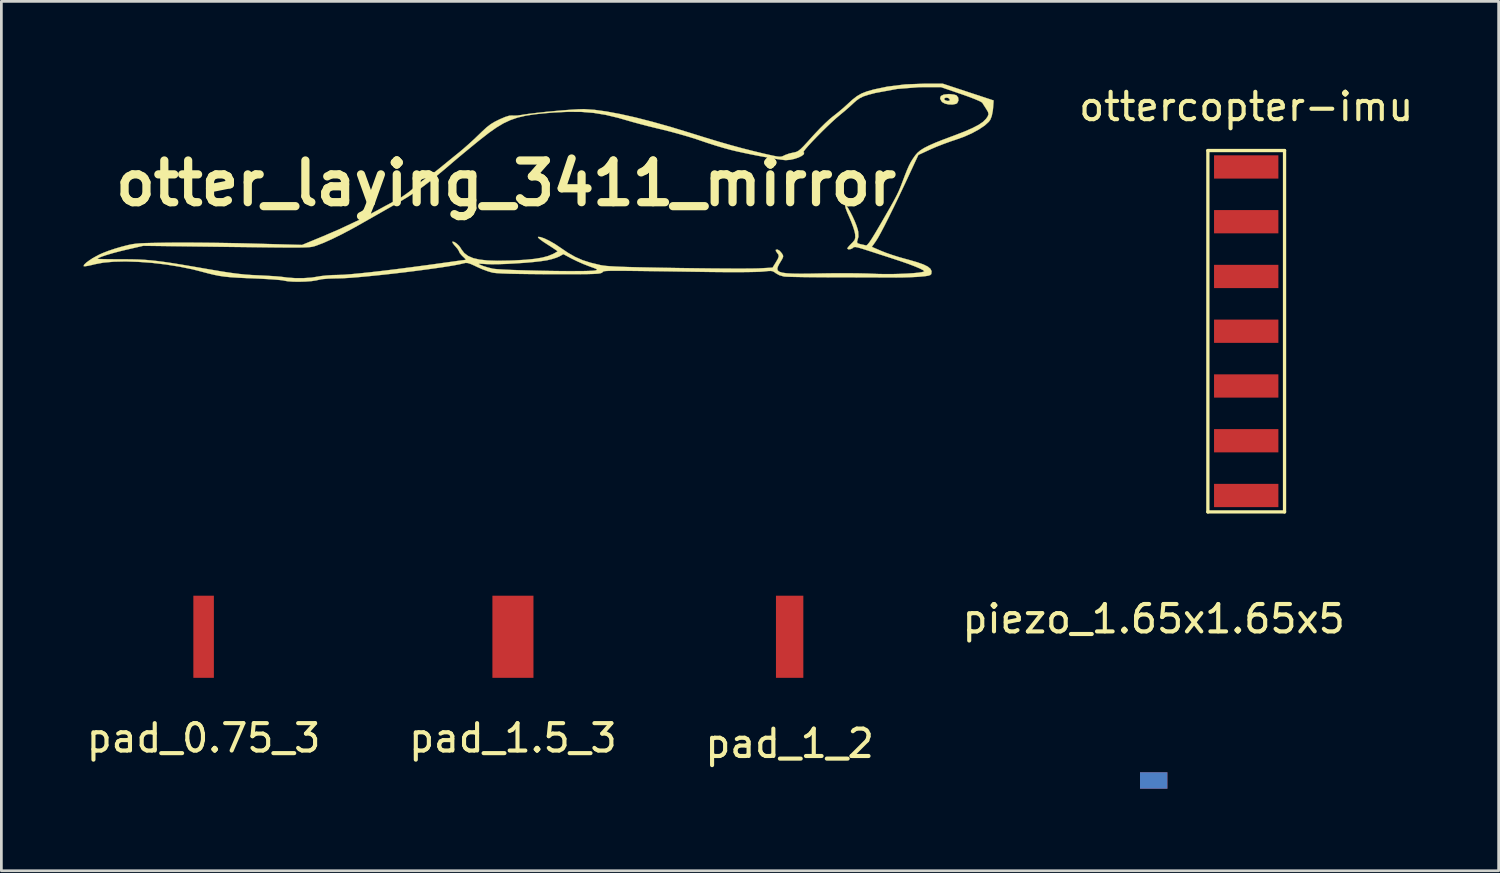
<source format=kicad_pcb>
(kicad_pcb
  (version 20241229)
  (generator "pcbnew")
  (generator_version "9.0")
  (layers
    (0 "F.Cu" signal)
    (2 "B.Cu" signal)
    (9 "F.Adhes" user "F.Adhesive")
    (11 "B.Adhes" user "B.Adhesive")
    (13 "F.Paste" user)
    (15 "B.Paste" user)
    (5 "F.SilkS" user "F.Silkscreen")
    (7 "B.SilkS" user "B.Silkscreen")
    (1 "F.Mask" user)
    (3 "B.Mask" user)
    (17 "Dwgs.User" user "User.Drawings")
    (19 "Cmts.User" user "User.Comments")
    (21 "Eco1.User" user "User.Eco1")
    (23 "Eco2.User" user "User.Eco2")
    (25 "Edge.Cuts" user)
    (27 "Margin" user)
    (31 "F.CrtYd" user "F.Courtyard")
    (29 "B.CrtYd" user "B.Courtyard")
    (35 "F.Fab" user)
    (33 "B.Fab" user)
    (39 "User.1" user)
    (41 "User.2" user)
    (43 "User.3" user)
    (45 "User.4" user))
  (footprint "piezo_1.65x1.65x5"
    (layer "F.Cu")
    (at 39.089 25.157)
    (property "Reference" "piezo_1.65x1.65x5" (at 0 -5.6 0) (layer "F.SilkS") (effects (font (size 1 1) (thickness 0.15))))
    (attr through_hole)
    (fp_line (start -0.825 -5) (end 0.825 -5) (stroke (width 0.12) (type solid)) (layer "Eco1.User"))
    (fp_line (start -0.825 0) (end -0.825 -5) (stroke (width 0.12) (type solid)) (layer "Eco1.User"))
    (fp_line (start -0.825 0) (end 0.825 0) (stroke (width 0.12) (type solid)) (layer "Eco1.User"))
    (fp_line (start 0.825 0) (end 0.825 -5) (stroke (width 0.12) (type solid)) (layer "Eco1.User"))
    (pad "1" smd rect (at 0 0.3) (size 1 0.6) (layers "F.Cu" "F.Mask" "F.Paste"))
    (pad "2" smd rect (at 0 0.3) (size 1 0.6) (layers "B.Cu" "B.Mask" "B.Paste")))
  (footprint "pad_1_2"
    (layer "F.Cu")
    (at 25.792 20.208)
    (property "Reference" "pad_1_2" (at 0 3.9 0) (layer "F.SilkS") (effects (font (size 1 1) (thickness 0.15))))
    (attr through_hole)
    (pad "1" smd rect (at 0 0) (size 1 3) (layers "F.Cu" "F.Mask" "F.Paste")))
  (footprint "otter_laying_3411_mirror"
    (layer "F.Cu")
    (at 15.434 3.646)
    (property "Reference" "otter_laying_3411_mirror" (at 0 0 0) (layer "F.SilkS") (effects (font (size 1.524 1.524) (thickness 0.3))))
    (attr through_hole)
    (fp_poly (pts (xy 15.986 -3.241) (xy 15.882 -3.188) (xy 15.852 -3.108) (xy 15.898 -3.005) (xy 15.936 -2.963) (xy 16.032 -2.911) (xy 16.169 -2.881) (xy 16.315 -2.878) (xy 16.434 -2.903) (xy 16.478 -2.929) (xy 16.524 -3.025) (xy 16.52 -3.069) (xy 16.205 -3.069) (xy 16.198 -3.017) (xy 16.129 -3.008) (xy 16.045 -3.031) (xy 16 -3.071) (xy 16.002 -3.095) (xy 16.065 -3.131) (xy 16.148 -3.12) (xy 16.205 -3.07) (xy 16.205 -3.069) (xy 16.52 -3.069) (xy 16.514 -3.132) (xy 16.453 -3.212) (xy 16.446 -3.216) (xy 16.356 -3.242) (xy 16.222 -3.258) (xy 16.159 -3.26) (xy 15.986 -3.241)) (stroke (width 0.01) (type solid)) (fill yes) (layer "F.SilkS"))
    (fp_poly (pts (xy 15.294 -3.64) (xy 14.582 -3.613) (xy 13.928 -3.532) (xy 13.432 -3.428) (xy 13.181 -3.357) (xy 12.986 -3.281) (xy 12.818 -3.185) (xy 12.649 -3.053) (xy 12.498 -2.915) (xy 12.328 -2.76) (xy 12.137 -2.599) (xy 11.963 -2.461) (xy 11.938 -2.443) (xy 11.814 -2.34) (xy 11.651 -2.189) (xy 11.467 -2.007) (xy 11.279 -1.809) (xy 11.176 -1.697) (xy 10.997 -1.498) (xy 10.863 -1.353) (xy 10.762 -1.254) (xy 10.684 -1.191) (xy 10.617 -1.154) (xy 10.551 -1.134) (xy 10.503 -1.125) (xy 10.345 -1.089) (xy 10.193 -1.034) (xy 10.167 -1.021) (xy 10.107 -0.992) (xy 10.051 -0.975) (xy 9.982 -0.972) (xy 9.887 -0.983) (xy 9.749 -1.01) (xy 9.552 -1.054) (xy 9.41 -1.086) (xy 9.013 -1.182) (xy 8.62 -1.282) (xy 8.217 -1.392) (xy 7.785 -1.516) (xy 7.309 -1.66) (xy 6.772 -1.827) (xy 6.718 -1.844) (xy 6.008 -2.061) (xy 5.343 -2.248) (xy 4.727 -2.406) (xy 4.167 -2.531) (xy 3.667 -2.624) (xy 3.232 -2.684) (xy 2.867 -2.709) (xy 2.806 -2.709) (xy 2.629 -2.704) (xy 2.388 -2.69) (xy 2.102 -2.668) (xy 1.79 -2.641) (xy 1.472 -2.611) (xy 1.167 -2.578) (xy 0.895 -2.546) (xy 0.675 -2.516) (xy 0.569 -2.498) (xy 0.417 -2.477) (xy 0.283 -2.472) (xy 0.227 -2.477) (xy 0.124 -2.472) (xy -0.037 -2.422) (xy -0.238 -2.336) (xy -0.413 -2.249) (xy -0.562 -2.159) (xy -0.707 -2.047) (xy -0.871 -1.897) (xy -0.977 -1.794) (xy -1.164 -1.615) (xy -1.372 -1.425) (xy -1.571 -1.25) (xy -1.696 -1.145) (xy -1.891 -0.988) (xy -2.112 -0.808) (xy -2.319 -0.639) (xy -2.373 -0.594) (xy -2.53 -0.469) (xy -2.675 -0.359) (xy -2.79 -0.28) (xy -2.835 -0.253) (xy -2.917 -0.2) (xy -3.042 -0.104) (xy -3.193 0.02) (xy -3.325 0.133) (xy -3.54 0.31) (xy -3.765 0.471) (xy -3.969 0.596) (xy -4.006 0.615) (xy -4.204 0.717) (xy -4.428 0.837) (xy -4.634 0.95) (xy -4.647 0.958) (xy -5.325 1.318) (xy -6.084 1.675) (xy -6.686 1.934) (xy -7.451 2.25) (xy -9.294 2.2) (xy -9.741 2.189) (xy -10.213 2.18) (xy -10.692 2.173) (xy -11.16 2.168) (xy -11.599 2.165) (xy -11.991 2.165) (xy -12.318 2.167) (xy -12.343 2.167) (xy -12.695 2.173) (xy -12.976 2.178) (xy -13.198 2.184) (xy -13.374 2.193) (xy -13.518 2.205) (xy -13.643 2.222) (xy -13.761 2.245) (xy -13.886 2.275) (xy -14.03 2.313) (xy -14.05 2.318) (xy -14.283 2.386) (xy -14.522 2.466) (xy -14.734 2.548) (xy -14.858 2.603) (xy -15.042 2.702) (xy -15.205 2.803) (xy -15.332 2.896) (xy -15.411 2.972) (xy -15.429 3.022) (xy -15.426 3.026) (xy -15.375 3.029) (xy -15.263 3.012) (xy -15.109 2.978) (xy -15.024 2.956) (xy -14.712 2.897) (xy -14.333 2.863) (xy -13.902 2.853) (xy -13.433 2.868) (xy -12.939 2.904) (xy -12.436 2.963) (xy -11.937 3.042) (xy -11.455 3.14) (xy -11.115 3.227) (xy -10.878 3.29) (xy -10.671 3.34) (xy -10.476 3.379) (xy -10.275 3.408) (xy -10.052 3.43) (xy -9.788 3.447) (xy -9.466 3.463) (xy -9.274 3.47) (xy -8.98 3.483) (xy -8.707 3.498) (xy -8.469 3.514) (xy -8.279 3.53) (xy -8.151 3.545) (xy -8.11 3.554) (xy -7.973 3.578) (xy -7.778 3.592) (xy -7.551 3.595) (xy -7.317 3.588) (xy -7.102 3.571) (xy -6.933 3.546) (xy -6.882 3.533) (xy -6.725 3.501) (xy -6.492 3.481) (xy -6.193 3.472) (xy -6.141 3.472) (xy -5.94 3.466) (xy -5.673 3.449) (xy -5.353 3.423) (xy -4.989 3.389) (xy -4.594 3.349) (xy -4.18 3.304) (xy -3.758 3.255) (xy -3.339 3.203) (xy -2.936 3.15) (xy -2.559 3.098) (xy -2.22 3.048) (xy -1.932 3.001) (xy -1.704 2.958) (xy -1.552 2.922) (xy -1.474 2.906) (xy -1.395 2.912) (xy -1.295 2.944) (xy -1.151 3.008) (xy -1.065 3.05) (xy -0.873 3.135) (xy -0.673 3.209) (xy -0.5 3.26) (xy -0.469 3.266) (xy -0.352 3.279) (xy -0.155 3.291) (xy 0.118 3.301) (xy 0.464 3.308) (xy 0.878 3.314) (xy 1.355 3.318) (xy 1.612 3.319) (xy 2.057 3.32) (xy 2.424 3.319) (xy 2.723 3.318) (xy 2.96 3.316) (xy 3.143 3.311) (xy 3.279 3.305) (xy 3.377 3.297) (xy 3.443 3.286) (xy 3.486 3.272) (xy 3.514 3.256) (xy 3.517 3.253) (xy 3.529 3.241) (xy 3.538 3.23) (xy 3.551 3.221) (xy 3.572 3.213) (xy 3.607 3.207) (xy 3.66 3.202) (xy 3.737 3.198) (xy 3.843 3.195) (xy 3.983 3.194) (xy 4.163 3.195) (xy 4.388 3.196) (xy 4.662 3.199) (xy 4.991 3.203) (xy 5.38 3.208) (xy 5.835 3.214) (xy 6.36 3.222) (xy 6.961 3.231) (xy 7.448 3.238) (xy 7.831 3.242) (xy 8.198 3.244) (xy 8.539 3.244) (xy 8.841 3.241) (xy 9.093 3.236) (xy 9.283 3.23) (xy 9.393 3.222) (xy 9.564 3.204) (xy 9.674 3.2) (xy 9.747 3.214) (xy 9.807 3.248) (xy 9.847 3.28) (xy 9.977 3.354) (xy 10.144 3.402) (xy 10.166 3.405) (xy 10.253 3.411) (xy 10.414 3.416) (xy 10.638 3.421) (xy 10.917 3.426) (xy 11.237 3.429) (xy 11.591 3.432) (xy 11.966 3.433) (xy 12.062 3.434) (xy 12.455 3.434) (xy 12.84 3.435) (xy 13.204 3.436) (xy 13.536 3.437) (xy 13.822 3.438) (xy 14.05 3.439) (xy 14.208 3.439) (xy 14.221 3.44) (xy 14.471 3.438) (xy 14.745 3.43) (xy 15 3.418) (xy 15.098 3.411) (xy 15.294 3.393) (xy 15.421 3.374) (xy 15.493 3.35) (xy 15.528 3.317) (xy 15.533 3.304) (xy 15.542 3.21) (xy 15.502 3.124) (xy 15.405 3.043) (xy 15.246 2.964) (xy 15.017 2.883) (xy 14.713 2.795) (xy 14.616 2.769) (xy 14.371 2.701) (xy 14.114 2.62) (xy 13.88 2.539) (xy 13.719 2.476) (xy 13.359 2.321) (xy 13.5 2.123) (xy 13.577 2.002) (xy 13.684 1.81) (xy 13.82 1.552) (xy 13.979 1.236) (xy 14.161 0.868) (xy 14.361 0.453) (xy 14.576 -0.001) (xy 14.704 -0.275) (xy 15.059 -1.037) (xy 15.487 -1.235) (xy 15.714 -1.334) (xy 15.983 -1.439) (xy 16.254 -1.537) (xy 16.412 -1.589) (xy 16.721 -1.699) (xy 17.012 -1.828) (xy 17.27 -1.969) (xy 17.482 -2.111) (xy 17.633 -2.249) (xy 17.686 -2.321) (xy 17.741 -2.462) (xy 17.752 -2.52) (xy 17.621 -2.52) (xy 17.586 -2.433) (xy 17.527 -2.351) (xy 17.421 -2.245) (xy 17.259 -2.135) (xy 17.034 -2.018) (xy 16.74 -1.89) (xy 16.37 -1.747) (xy 16.351 -1.74) (xy 15.983 -1.603) (xy 15.687 -1.486) (xy 15.453 -1.383) (xy 15.271 -1.291) (xy 15.133 -1.204) (xy 15.029 -1.117) (xy 14.95 -1.027) (xy 14.945 -1.02) (xy 14.857 -0.894) (xy 14.784 -0.776) (xy 14.717 -0.648) (xy 14.647 -0.489) (xy 14.565 -0.282) (xy 14.497 -0.102) (xy 14.442 0.042) (xy 14.393 0.167) (xy 14.343 0.284) (xy 14.287 0.404) (xy 14.218 0.537) (xy 14.133 0.695) (xy 14.024 0.889) (xy 13.885 1.13) (xy 13.713 1.429) (xy 13.638 1.557) (xy 13.481 1.824) (xy 13.359 2.022) (xy 13.268 2.158) (xy 13.202 2.238) (xy 13.158 2.269) (xy 13.146 2.269) (xy 13.058 2.247) (xy 12.94 2.222) (xy 12.938 2.222) (xy 12.841 2.189) (xy 12.818 2.143) (xy 12.821 2.13) (xy 12.871 1.948) (xy 12.864 1.773) (xy 12.845 1.688) (xy 12.799 1.546) (xy 12.733 1.379) (xy 12.654 1.206) (xy 12.572 1.044) (xy 12.496 0.912) (xy 12.434 0.827) (xy 12.403 0.804) (xy 12.387 0.832) (xy 12.407 0.918) (xy 12.465 1.069) (xy 12.538 1.237) (xy 12.62 1.434) (xy 12.689 1.624) (xy 12.736 1.782) (xy 12.75 1.862) (xy 12.755 1.984) (xy 12.73 2.069) (xy 12.661 2.155) (xy 12.616 2.199) (xy 12.528 2.29) (xy 12.474 2.358) (xy 12.464 2.379) (xy 12.496 2.41) (xy 12.568 2.408) (xy 12.644 2.378) (xy 12.673 2.353) (xy 12.706 2.33) (xy 12.763 2.326) (xy 12.859 2.345) (xy 13.008 2.388) (xy 13.154 2.435) (xy 13.372 2.505) (xy 13.635 2.591) (xy 13.909 2.679) (xy 14.136 2.753) (xy 14.447 2.856) (xy 14.721 2.952) (xy 14.948 3.04) (xy 15.122 3.114) (xy 15.234 3.172) (xy 15.275 3.21) (xy 15.272 3.217) (xy 15.205 3.241) (xy 15.067 3.263) (xy 14.873 3.282) (xy 14.637 3.297) (xy 14.373 3.308) (xy 14.094 3.315) (xy 13.816 3.315) (xy 13.552 3.31) (xy 13.417 3.304) (xy 13.183 3.295) (xy 12.886 3.289) (xy 12.545 3.285) (xy 12.182 3.284) (xy 11.816 3.287) (xy 11.554 3.291) (xy 11.117 3.299) (xy 10.758 3.302) (xy 10.472 3.298) (xy 10.251 3.286) (xy 10.091 3.264) (xy 9.984 3.231) (xy 9.925 3.185) (xy 9.916 3.153) (xy 3.326 3.153) (xy 3.303 3.17) (xy 3.257 3.183) (xy 3.168 3.193) (xy 3.007 3.2) (xy 2.783 3.205) (xy 2.51 3.206) (xy 2.198 3.206) (xy 1.859 3.203) (xy 1.505 3.198) (xy 1.146 3.191) (xy 0.795 3.182) (xy 0.463 3.173) (xy 0.162 3.162) (xy -0.098 3.15) (xy -0.304 3.137) (xy -0.445 3.124) (xy -0.49 3.117) (xy -0.66 3.074) (xy -0.82 3.026) (xy -0.913 2.991) (xy -0.982 2.959) (xy -1.004 2.942) (xy -0.968 2.936) (xy -0.866 2.94) (xy -0.718 2.95) (xy -0.522 2.956) (xy -0.263 2.953) (xy 0.039 2.942) (xy 0.363 2.924) (xy 0.689 2.902) (xy 0.996 2.875) (xy 1.263 2.845) (xy 1.471 2.814) (xy 1.5 2.809) (xy 1.676 2.767) (xy 1.838 2.716) (xy 1.951 2.667) (xy 1.955 2.665) (xy 2.092 2.586) (xy 2.399 2.75) (xy 2.6 2.848) (xy 2.832 2.95) (xy 3.045 3.033) (xy 3.045 3.033) (xy 3.206 3.091) (xy 3.297 3.129) (xy 3.326 3.153) (xy 9.916 3.153) (xy 9.908 3.124) (xy 9.926 3.047) (xy 9.973 2.952) (xy 10.015 2.883) (xy 10.087 2.762) (xy 10.119 2.686) (xy 10.115 2.629) (xy 10.079 2.566) (xy 10.076 2.56) (xy 9.992 2.463) (xy 9.91 2.417) (xy 9.852 2.429) (xy 9.857 2.475) (xy 9.896 2.532) (xy 9.948 2.602) (xy 9.96 2.669) (xy 9.928 2.758) (xy 9.85 2.892) (xy 9.734 3.079) (xy 9.247 3.106) (xy 9.114 3.11) (xy 8.906 3.113) (xy 8.632 3.114) (xy 8.302 3.114) (xy 7.925 3.112) (xy 7.51 3.109) (xy 7.067 3.104) (xy 6.606 3.098) (xy 6.263 3.093) (xy 5.71 3.084) (xy 5.236 3.075) (xy 4.833 3.067) (xy 4.496 3.058) (xy 4.216 3.049) (xy 3.988 3.039) (xy 3.804 3.028) (xy 3.659 3.017) (xy 3.546 3.003) (xy 3.458 2.989) (xy 3.447 2.986) (xy 3.091 2.901) (xy 2.792 2.806) (xy 2.523 2.687) (xy 2.257 2.535) (xy 1.999 2.36) (xy 1.788 2.218) (xy 1.582 2.1) (xy 1.398 2.012) (xy 1.252 1.962) (xy 1.169 1.956) (xy 1.169 1.983) (xy 1.238 2.045) (xy 1.369 2.14) (xy 1.489 2.218) (xy 1.647 2.319) (xy 1.775 2.404) (xy 1.857 2.461) (xy 1.881 2.481) (xy 1.847 2.507) (xy 1.761 2.557) (xy 1.708 2.584) (xy 1.533 2.656) (xy 1.316 2.714) (xy 1.045 2.759) (xy 0.713 2.792) (xy 0.31 2.815) (xy 0.121 2.822) (xy -0.315 2.829) (xy -0.676 2.818) (xy -0.969 2.786) (xy -1.203 2.732) (xy -1.386 2.653) (xy -1.526 2.548) (xy -1.629 2.415) (xy -1.653 2.372) (xy -1.717 2.283) (xy -1.804 2.2) (xy -1.891 2.143) (xy -1.953 2.13) (xy -1.962 2.135) (xy -1.95 2.177) (xy -1.892 2.255) (xy -1.852 2.299) (xy -1.771 2.394) (xy -1.723 2.471) (xy -1.717 2.491) (xy -1.688 2.551) (xy -1.615 2.636) (xy -1.581 2.669) (xy -1.503 2.744) (xy -1.465 2.789) (xy -1.466 2.794) (xy -1.513 2.8) (xy -1.629 2.815) (xy -1.797 2.838) (xy -2.003 2.867) (xy -2.091 2.879) (xy -2.74 2.969) (xy -3.352 3.051) (xy -3.922 3.125) (xy -4.443 3.189) (xy -4.91 3.243) (xy -5.316 3.286) (xy -5.657 3.318) (xy -5.926 3.339) (xy -6.117 3.346) (xy -6.12 3.346) (xy -6.346 3.352) (xy -6.57 3.367) (xy -6.762 3.388) (xy -6.861 3.405) (xy -7.106 3.444) (xy -7.399 3.463) (xy -7.705 3.463) (xy -7.989 3.443) (xy -8.088 3.429) (xy -8.22 3.413) (xy -8.414 3.396) (xy -8.65 3.381) (xy -8.906 3.367) (xy -9.041 3.361) (xy -9.292 3.349) (xy -9.532 3.332) (xy -9.778 3.306) (xy -10.048 3.271) (xy -10.359 3.224) (xy -10.728 3.162) (xy -10.904 3.132) (xy -11.39 3.048) (xy -11.805 2.978) (xy -12.159 2.92) (xy -12.463 2.875) (xy -12.73 2.84) (xy -12.971 2.814) (xy -13.196 2.795) (xy -13.418 2.783) (xy -13.647 2.777) (xy -13.895 2.774) (xy -14.047 2.773) (xy -14.309 2.773) (xy -14.54 2.771) (xy -14.728 2.768) (xy -14.859 2.765) (xy -14.922 2.761) (xy -14.925 2.76) (xy -14.886 2.726) (xy -14.775 2.679) (xy -14.605 2.621) (xy -14.387 2.556) (xy -14.133 2.488) (xy -13.906 2.433) (xy -13.253 2.282) (xy -10.671 2.315) (xy -10.047 2.323) (xy -9.503 2.329) (xy -9.031 2.335) (xy -8.627 2.34) (xy -8.284 2.343) (xy -7.998 2.345) (xy -7.761 2.345) (xy -7.569 2.345) (xy -7.416 2.342) (xy -7.296 2.338) (xy -7.202 2.333) (xy -7.13 2.325) (xy -7.074 2.316) (xy -7.028 2.305) (xy -6.985 2.293) (xy -6.941 2.278) (xy -6.924 2.272) (xy -6.664 2.173) (xy -6.346 2.03) (xy -5.981 1.85) (xy -5.581 1.637) (xy -5.273 1.464) (xy -5.015 1.317) (xy -4.732 1.156) (xy -4.454 0.998) (xy -4.212 0.86) (xy -4.152 0.826) (xy -3.85 0.653) (xy -3.58 0.49) (xy -3.329 0.326) (xy -3.083 0.153) (xy -2.827 -0.039) (xy -2.549 -0.262) (xy -2.234 -0.523) (xy -1.923 -0.789) (xy -1.743 -0.942) (xy -1.52 -1.127) (xy -1.277 -1.327) (xy -1.037 -1.523) (xy -0.928 -1.61) (xy -0.624 -1.847) (xy -0.352 -2.038) (xy -0.097 -2.191) (xy 0.157 -2.31) (xy 0.424 -2.402) (xy 0.721 -2.471) (xy 1.062 -2.523) (xy 1.463 -2.564) (xy 1.754 -2.587) (xy 2.282 -2.613) (xy 2.755 -2.609) (xy 3.198 -2.573) (xy 3.638 -2.501) (xy 4.099 -2.391) (xy 4.41 -2.301) (xy 4.622 -2.24) (xy 4.891 -2.167) (xy 5.19 -2.089) (xy 5.493 -2.014) (xy 5.691 -1.967) (xy 5.995 -1.891) (xy 6.325 -1.801) (xy 6.651 -1.707) (xy 6.942 -1.616) (xy 7.085 -1.567) (xy 7.353 -1.476) (xy 7.646 -1.382) (xy 7.931 -1.297) (xy 8.173 -1.23) (xy 8.199 -1.223) (xy 8.429 -1.168) (xy 8.694 -1.11) (xy 8.981 -1.051) (xy 9.273 -0.994) (xy 9.553 -0.943) (xy 9.807 -0.9) (xy 10.019 -0.868) (xy 10.172 -0.85) (xy 10.224 -0.847) (xy 10.38 -0.86) (xy 10.538 -0.895) (xy 10.683 -0.944) (xy 10.8 -1.002) (xy 10.873 -1.061) (xy 10.887 -1.114) (xy 10.864 -1.138) (xy 10.877 -1.175) (xy 10.943 -1.26) (xy 11.05 -1.384) (xy 11.191 -1.536) (xy 11.355 -1.706) (xy 11.533 -1.886) (xy 11.715 -2.064) (xy 11.892 -2.231) (xy 12.053 -2.378) (xy 12.19 -2.494) (xy 12.21 -2.511) (xy 12.373 -2.645) (xy 12.548 -2.799) (xy 12.655 -2.898) (xy 12.787 -3.017) (xy 12.912 -3.106) (xy 13.052 -3.175) (xy 13.228 -3.234) (xy 13.464 -3.295) (xy 13.492 -3.302) (xy 14.284 -3.448) (xy 15.078 -3.511) (xy 15.296 -3.514) (xy 15.885 -3.514) (xy 16.619 -3.262) (xy 16.882 -3.169) (xy 17.102 -3.085) (xy 17.268 -3.015) (xy 17.369 -2.962) (xy 17.396 -2.94) (xy 17.447 -2.858) (xy 17.518 -2.748) (xy 17.534 -2.723) (xy 17.604 -2.605) (xy 17.621 -2.52) (xy 17.752 -2.52) (xy 17.779 -2.654) (xy 17.788 -2.745) (xy 17.808 -3.027) (xy 16.876 -3.334) (xy 15.944 -3.641) (xy 15.294 -3.64)) (stroke (width 0.01) (type solid)) (fill yes) (layer "F.SilkS")))
  (footprint "pad_0.75_3"
    (layer "F.Cu")
    (at 4.387 20.208)
    (property "Reference" "pad_0.75_3" (at 0 3.7 0) (layer "F.SilkS") (effects (font (size 1 1) (thickness 0.15))))
    (attr through_hole)
    (pad "1" smd rect (at 0 0) (size 0.75 3) (layers "F.Cu" "F.Mask" "F.Paste")))
  (footprint "ottercopter-imu"
    (layer "F.Cu")
    (at 42.468 9.048)
    (property "Reference" "ottercopter-imu" (at 0 -8.2 0) (layer "F.SilkS") (effects (font (size 1 1) (thickness 0.15))))
    (attr smd)
    (fp_line (start -1.4 -6.6) (end 1.4 -6.6) (stroke (width 0.12) (type solid)) (layer "F.SilkS"))
    (fp_line (start -1.4 6.6) (end -1.4 -6.6) (stroke (width 0.12) (type solid)) (layer "F.SilkS"))
    (fp_line (start 1.4 -6.6) (end 1.4 6.6) (stroke (width 0.12) (type solid)) (layer "F.SilkS"))
    (fp_line (start 1.4 6.6) (end -1.4 6.6) (stroke (width 0.12) (type solid)) (layer "F.SilkS"))
    (pad "1" smd rect (at 0 -6) (size 2.35 0.85) (layers "F.Cu" "F.Mask" "F.Paste"))
    (pad "2" smd rect (at 0 -4) (size 2.35 0.85) (layers "F.Cu" "F.Mask" "F.Paste"))
    (pad "3" smd rect (at 0 -2) (size 2.35 0.85) (layers "F.Cu" "F.Mask" "F.Paste"))
    (pad "4" smd rect (at 0 0) (size 2.35 0.85) (layers "F.Cu" "F.Mask" "F.Paste"))
    (pad "5" smd rect (at 0 2) (size 2.35 0.85) (layers "F.Cu" "F.Mask" "F.Paste"))
    (pad "6" smd rect (at 0 4) (size 2.35 0.85) (layers "F.Cu" "F.Mask" "F.Paste"))
    (pad "7" smd rect (at 0 6) (size 2.35 0.85) (layers "F.Cu" "F.Mask" "F.Paste")))
  (footprint "pad_1.5_3"
    (layer "F.Cu")
    (at 15.685 20.208)
    (property "Reference" "pad_1.5_3" (at 0 3.7 0) (layer "F.SilkS") (effects (font (size 1 1) (thickness 0.15))))
    (attr through_hole)
    (pad "1" smd rect (at 0 0) (size 1.5 3) (layers "F.Cu" "F.Mask" "F.Paste")))
  (gr_rect
    (start -3 -3)
    (end 51.688 28.756)
    (stroke (width 0.1) (type default))
    (fill no)
    (layer "Edge.Cuts")))
</source>
